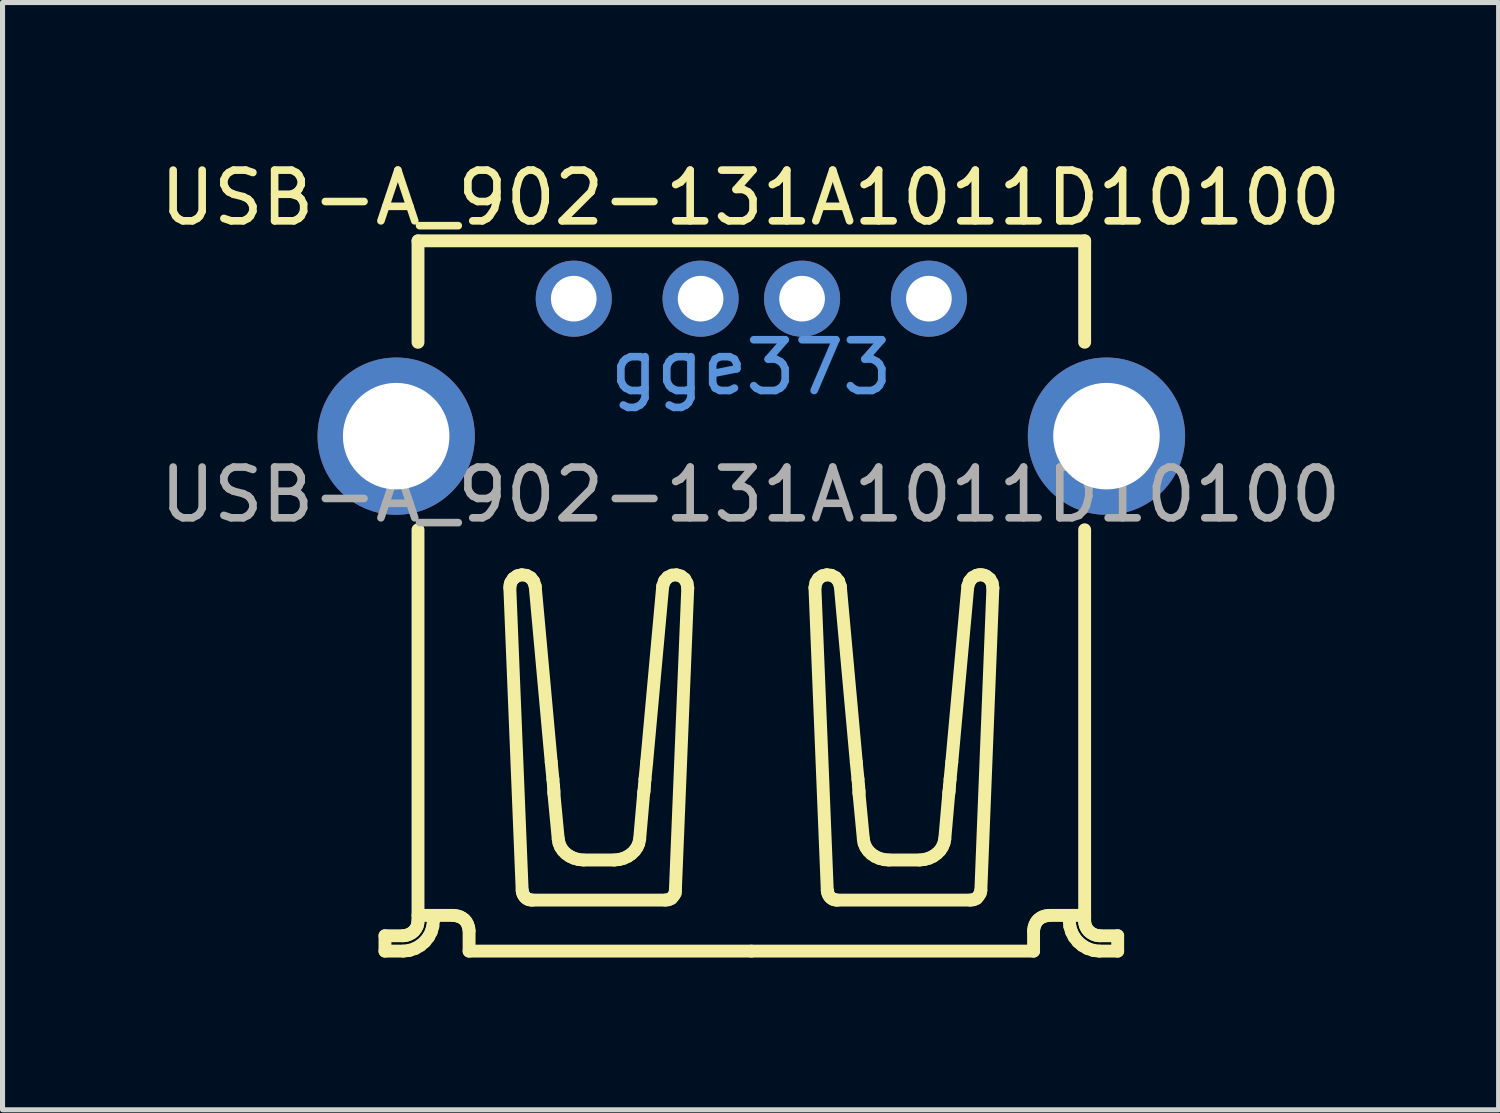
<source format=kicad_pcb>
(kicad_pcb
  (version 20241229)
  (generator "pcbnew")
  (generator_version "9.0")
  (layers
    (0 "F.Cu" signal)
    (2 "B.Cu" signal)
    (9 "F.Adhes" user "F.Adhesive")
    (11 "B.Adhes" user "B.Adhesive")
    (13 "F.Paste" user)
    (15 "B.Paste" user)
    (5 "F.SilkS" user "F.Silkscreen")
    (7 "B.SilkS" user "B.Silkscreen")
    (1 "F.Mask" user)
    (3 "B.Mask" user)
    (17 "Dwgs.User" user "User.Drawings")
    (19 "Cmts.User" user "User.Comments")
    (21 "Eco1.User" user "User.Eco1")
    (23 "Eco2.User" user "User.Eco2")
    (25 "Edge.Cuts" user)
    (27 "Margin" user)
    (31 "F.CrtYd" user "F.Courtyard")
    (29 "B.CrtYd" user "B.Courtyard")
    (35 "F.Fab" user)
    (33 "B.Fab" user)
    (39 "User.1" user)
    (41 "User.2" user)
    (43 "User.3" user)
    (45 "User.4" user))
  (footprint "USB-A_902-131A1011D10100"
    (layer "F.Cu")
    (at 11.744 4.201)
    (property "Reference" "USB-A_902-131A1011D10100" (at 0 -3.353 0) (unlocked yes) (layer "F.SilkS") (effects (font (size 1 1) (thickness 0.15))))
    (attr through_hole)
    (fp_line (start -7.206 11.193) (end -6.851 11.193) (stroke (width 0.254) (type solid)) (layer "F.SilkS"))
    (fp_line (start -7.206 11.496) (end -7.206 11.193) (stroke (width 0.254) (type solid)) (layer "F.SilkS"))
    (fp_line (start -6.851 11.496) (end -7.206 11.496) (stroke (width 0.254) (type solid)) (layer "F.SilkS"))
    (fp_line (start -6.784 11.184) (end -6.846 11.193) (stroke (width 0.254) (type solid)) (layer "F.SilkS"))
    (fp_line (start -6.73 11.165) (end -6.784 11.184) (stroke (width 0.254) (type solid)) (layer "F.SilkS"))
    (fp_line (start -6.726 11.482) (end -6.841 11.496) (stroke (width 0.254) (type solid)) (layer "F.SilkS"))
    (fp_line (start -6.677 11.136) (end -6.73 11.165) (stroke (width 0.254) (type solid)) (layer "F.SilkS"))
    (fp_line (start -6.635 11.1) (end -6.677 11.136) (stroke (width 0.254) (type solid)) (layer "F.SilkS"))
    (fp_line (start -6.609 11.443) (end -6.726 11.482) (stroke (width 0.254) (type solid)) (layer "F.SilkS"))
    (fp_line (start -6.598 11.053) (end -6.635 11.1) (stroke (width 0.254) (type solid)) (layer "F.SilkS"))
    (fp_line (start -6.571 11) (end -6.598 11.053) (stroke (width 0.254) (type solid)) (layer "F.SilkS"))
    (fp_line (start -6.558 10.945) (end -6.571 11) (stroke (width 0.254) (type solid)) (layer "F.SilkS"))
    (fp_line (start -6.555 -2.504) (end 6.585 -2.504) (stroke (width 0.254) (type solid)) (layer "F.SilkS"))
    (fp_line (start -6.555 -0.504) (end -6.555 -2.503) (stroke (width 0.254) (type solid)) (layer "F.SilkS"))
    (fp_line (start -6.555 10.792) (end -5.851 10.792) (stroke (width 0.254) (type solid)) (layer "F.SilkS"))
    (fp_line (start -6.555 10.891) (end -6.558 10.945) (stroke (width 0.254) (type solid)) (layer "F.SilkS"))
    (fp_line (start -6.555 10.891) (end -6.555 3.191) (stroke (width 0.254) (type solid)) (layer "F.SilkS"))
    (fp_line (start -6.505 11.382) (end -6.609 11.443) (stroke (width 0.254) (type solid)) (layer "F.SilkS"))
    (fp_line (start -6.421 11.31) (end -6.505 11.382) (stroke (width 0.254) (type solid)) (layer "F.SilkS"))
    (fp_line (start -6.347 11.216) (end -6.421 11.31) (stroke (width 0.254) (type solid)) (layer "F.SilkS"))
    (fp_line (start -6.295 11.116) (end -6.347 11.216) (stroke (width 0.254) (type solid)) (layer "F.SilkS"))
    (fp_line (start -6.263 11.007) (end -6.295 11.116) (stroke (width 0.254) (type solid)) (layer "F.SilkS"))
    (fp_line (start -6.252 10.792) (end -6.252 10.891) (stroke (width 0.254) (type solid)) (layer "F.SilkS"))
    (fp_line (start -6.252 10.891) (end -6.263 11.007) (stroke (width 0.254) (type solid)) (layer "F.SilkS"))
    (fp_line (start -5.851 10.792) (end -5.784 10.802) (stroke (width 0.254) (type solid)) (layer "F.SilkS"))
    (fp_line (start -5.784 10.802) (end -5.729 10.819) (stroke (width 0.254) (type solid)) (layer "F.SilkS"))
    (fp_line (start -5.729 10.819) (end -5.681 10.844) (stroke (width 0.254) (type solid)) (layer "F.SilkS"))
    (fp_line (start -5.681 10.844) (end -5.639 10.877) (stroke (width 0.254) (type solid)) (layer "F.SilkS"))
    (fp_line (start -5.639 10.877) (end -5.605 10.917) (stroke (width 0.254) (type solid)) (layer "F.SilkS"))
    (fp_line (start -5.605 10.917) (end -5.577 10.969) (stroke (width 0.254) (type solid)) (layer "F.SilkS"))
    (fp_line (start -5.577 10.969) (end -5.557 11.028) (stroke (width 0.254) (type solid)) (layer "F.SilkS"))
    (fp_line (start -5.557 11.028) (end -5.548 11.089) (stroke (width 0.254) (type solid)) (layer "F.SilkS"))
    (fp_line (start -5.548 11.496) (end -5.548 11.095) (stroke (width 0.254) (type solid)) (layer "F.SilkS"))
    (fp_line (start -5.548 11.496) (end 0.015 11.496) (stroke (width 0.254) (type solid)) (layer "F.SilkS"))
    (fp_line (start -4.745 4.338) (end -4.502 10.299) (stroke (width 0.254) (type solid)) (layer "F.SilkS"))
    (fp_line (start -4.739 4.275) (end -4.745 4.328) (stroke (width 0.254) (type solid)) (layer "F.SilkS"))
    (fp_line (start -4.725 4.228) (end -4.739 4.275) (stroke (width 0.254) (type solid)) (layer "F.SilkS"))
    (fp_line (start -4.675 4.152) (end -4.725 4.228) (stroke (width 0.254) (type solid)) (layer "F.SilkS"))
    (fp_line (start -4.599 4.099) (end -4.675 4.152) (stroke (width 0.254) (type solid)) (layer "F.SilkS"))
    (fp_line (start -4.509 4.078) (end -4.599 4.099) (stroke (width 0.254) (type solid)) (layer "F.SilkS"))
    (fp_line (start -4.502 10.299) (end -4.494 10.343) (stroke (width 0.254) (type solid)) (layer "F.SilkS"))
    (fp_line (start -4.494 10.343) (end -4.479 10.381) (stroke (width 0.254) (type solid)) (layer "F.SilkS"))
    (fp_line (start -4.479 10.381) (end -4.458 10.415) (stroke (width 0.254) (type solid)) (layer "F.SilkS"))
    (fp_line (start -4.458 10.415) (end -4.434 10.442) (stroke (width 0.254) (type solid)) (layer "F.SilkS"))
    (fp_line (start -4.434 10.442) (end -4.406 10.464) (stroke (width 0.254) (type solid)) (layer "F.SilkS"))
    (fp_line (start -4.417 4.09) (end -4.509 4.078) (stroke (width 0.254) (type solid)) (layer "F.SilkS"))
    (fp_line (start -4.406 10.464) (end -4.373 10.48) (stroke (width 0.254) (type solid)) (layer "F.SilkS"))
    (fp_line (start -4.373 10.48) (end -4.337 10.488) (stroke (width 0.254) (type solid)) (layer "F.SilkS"))
    (fp_line (start -4.337 10.488) (end -4.301 10.49) (stroke (width 0.254) (type solid)) (layer "F.SilkS"))
    (fp_line (start -4.334 4.136) (end -4.417 4.09) (stroke (width 0.254) (type solid)) (layer "F.SilkS"))
    (fp_line (start -4.298 10.49) (end -1.679 10.49) (stroke (width 0.254) (type solid)) (layer "F.SilkS"))
    (fp_line (start -4.276 4.209) (end -4.334 4.136) (stroke (width 0.254) (type solid)) (layer "F.SilkS"))
    (fp_line (start -4.245 4.305) (end -4.276 4.209) (stroke (width 0.254) (type solid)) (layer "F.SilkS"))
    (fp_line (start -3.929 7.772) (end -4.245 4.305) (stroke (width 0.254) (type solid)) (layer "F.SilkS"))
    (fp_line (start -3.929 7.772) (end -3.896 8.108) (stroke (width 0.254) (type solid)) (layer "F.SilkS"))
    (fp_line (start -3.896 8.108) (end -3.883 8.246) (stroke (width 0.254) (type solid)) (layer "F.SilkS"))
    (fp_line (start -3.877 8.338) (end -3.883 8.246) (stroke (width 0.254) (type solid)) (layer "F.SilkS"))
    (fp_line (start -3.877 8.384) (end -3.877 8.338) (stroke (width 0.254) (type solid)) (layer "F.SilkS"))
    (fp_line (start -3.791 9.286) (end -3.877 8.384) (stroke (width 0.254) (type solid)) (layer "F.SilkS"))
    (fp_line (start -3.791 9.286) (end -3.776 9.366) (stroke (width 0.254) (type solid)) (layer "F.SilkS"))
    (fp_line (start -3.776 9.366) (end -3.744 9.445) (stroke (width 0.254) (type solid)) (layer "F.SilkS"))
    (fp_line (start -3.744 9.445) (end -3.698 9.514) (stroke (width 0.254) (type solid)) (layer "F.SilkS"))
    (fp_line (start -3.698 9.514) (end -3.639 9.574) (stroke (width 0.254) (type solid)) (layer "F.SilkS"))
    (fp_line (start -3.639 9.574) (end -3.565 9.626) (stroke (width 0.254) (type solid)) (layer "F.SilkS"))
    (fp_line (start -3.565 9.626) (end -3.481 9.665) (stroke (width 0.254) (type solid)) (layer "F.SilkS"))
    (fp_line (start -3.481 9.665) (end -3.392 9.69) (stroke (width 0.254) (type solid)) (layer "F.SilkS"))
    (fp_line (start -3.392 9.69) (end -3.298 9.7) (stroke (width 0.254) (type solid)) (layer "F.SilkS"))
    (fp_line (start -2.686 9.7) (end -3.291 9.7) (stroke (width 0.254) (type solid)) (layer "F.SilkS"))
    (fp_line (start -2.686 9.7) (end -2.592 9.69) (stroke (width 0.254) (type solid)) (layer "F.SilkS"))
    (fp_line (start -2.592 9.69) (end -2.503 9.666) (stroke (width 0.254) (type solid)) (layer "F.SilkS"))
    (fp_line (start -2.503 9.666) (end -2.419 9.628) (stroke (width 0.254) (type solid)) (layer "F.SilkS"))
    (fp_line (start -2.419 9.628) (end -2.35 9.581) (stroke (width 0.254) (type solid)) (layer "F.SilkS"))
    (fp_line (start -2.35 9.581) (end -2.286 9.518) (stroke (width 0.254) (type solid)) (layer "F.SilkS"))
    (fp_line (start -2.286 9.518) (end -2.238 9.45) (stroke (width 0.254) (type solid)) (layer "F.SilkS"))
    (fp_line (start -2.238 9.45) (end -2.206 9.379) (stroke (width 0.254) (type solid)) (layer "F.SilkS"))
    (fp_line (start -2.206 9.379) (end -2.186 9.293) (stroke (width 0.254) (type solid)) (layer "F.SilkS"))
    (fp_line (start -2.107 8.384) (end -2.186 9.286) (stroke (width 0.254) (type solid)) (layer "F.SilkS"))
    (fp_line (start -2.107 8.384) (end -2.1 8.338) (stroke (width 0.254) (type solid)) (layer "F.SilkS"))
    (fp_line (start -2.1 8.338) (end -2.093 8.246) (stroke (width 0.254) (type solid)) (layer "F.SilkS"))
    (fp_line (start -2.081 8.108) (end -2.093 8.246) (stroke (width 0.254) (type solid)) (layer "F.SilkS"))
    (fp_line (start -2.048 7.772) (end -2.081 8.108) (stroke (width 0.254) (type solid)) (layer "F.SilkS"))
    (fp_line (start -2.048 7.772) (end -1.732 4.305) (stroke (width 0.254) (type solid)) (layer "F.SilkS"))
    (fp_line (start -1.694 4.196) (end -1.73 4.295) (stroke (width 0.254) (type solid)) (layer "F.SilkS"))
    (fp_line (start -1.679 10.49) (end -1.62 10.483) (stroke (width 0.254) (type solid)) (layer "F.SilkS"))
    (fp_line (start -1.633 4.127) (end -1.694 4.196) (stroke (width 0.254) (type solid)) (layer "F.SilkS"))
    (fp_line (start -1.62 10.483) (end -1.561 10.457) (stroke (width 0.254) (type solid)) (layer "F.SilkS"))
    (fp_line (start -1.561 10.457) (end -1.521 10.41) (stroke (width 0.254) (type solid)) (layer "F.SilkS"))
    (fp_line (start -1.55 4.086) (end -1.633 4.127) (stroke (width 0.254) (type solid)) (layer "F.SilkS"))
    (fp_line (start -1.521 10.41) (end -1.488 10.358) (stroke (width 0.254) (type solid)) (layer "F.SilkS"))
    (fp_line (start -1.488 10.358) (end -1.482 10.299) (stroke (width 0.254) (type solid)) (layer "F.SilkS"))
    (fp_line (start -1.482 10.299) (end -1.238 4.338) (stroke (width 0.254) (type solid)) (layer "F.SilkS"))
    (fp_line (start -1.46 4.079) (end -1.55 4.086) (stroke (width 0.254) (type solid)) (layer "F.SilkS"))
    (fp_line (start -1.372 4.104) (end -1.46 4.079) (stroke (width 0.254) (type solid)) (layer "F.SilkS"))
    (fp_line (start -1.299 4.161) (end -1.372 4.104) (stroke (width 0.254) (type solid)) (layer "F.SilkS"))
    (fp_line (start -1.254 4.242) (end -1.299 4.161) (stroke (width 0.254) (type solid)) (layer "F.SilkS"))
    (fp_line (start -1.238 4.338) (end -1.254 4.242) (stroke (width 0.254) (type solid)) (layer "F.SilkS"))
    (fp_line (start 1.289 4.232) (end 1.269 4.328) (stroke (width 0.254) (type solid)) (layer "F.SilkS"))
    (fp_line (start 1.338 4.154) (end 1.289 4.232) (stroke (width 0.254) (type solid)) (layer "F.SilkS"))
    (fp_line (start 1.414 4.099) (end 1.338 4.154) (stroke (width 0.254) (type solid)) (layer "F.SilkS"))
    (fp_line (start 1.503 4.078) (end 1.414 4.099) (stroke (width 0.254) (type solid)) (layer "F.SilkS"))
    (fp_line (start 1.512 10.299) (end 1.269 4.338) (stroke (width 0.254) (type solid)) (layer "F.SilkS"))
    (fp_line (start 1.512 10.299) (end 1.519 10.34) (stroke (width 0.254) (type solid)) (layer "F.SilkS"))
    (fp_line (start 1.519 10.34) (end 1.533 10.378) (stroke (width 0.254) (type solid)) (layer "F.SilkS"))
    (fp_line (start 1.533 10.378) (end 1.553 10.413) (stroke (width 0.254) (type solid)) (layer "F.SilkS"))
    (fp_line (start 1.553 10.413) (end 1.579 10.442) (stroke (width 0.254) (type solid)) (layer "F.SilkS"))
    (fp_line (start 1.579 10.442) (end 1.608 10.464) (stroke (width 0.254) (type solid)) (layer "F.SilkS"))
    (fp_line (start 1.594 4.089) (end 1.503 4.078) (stroke (width 0.254) (type solid)) (layer "F.SilkS"))
    (fp_line (start 1.608 10.464) (end 1.64 10.48) (stroke (width 0.254) (type solid)) (layer "F.SilkS"))
    (fp_line (start 1.64 10.48) (end 1.676 10.488) (stroke (width 0.254) (type solid)) (layer "F.SilkS"))
    (fp_line (start 1.676 4.133) (end 1.594 4.089) (stroke (width 0.254) (type solid)) (layer "F.SilkS"))
    (fp_line (start 1.676 10.488) (end 1.712 10.49) (stroke (width 0.254) (type solid)) (layer "F.SilkS"))
    (fp_line (start 1.735 4.204) (end 1.676 4.133) (stroke (width 0.254) (type solid)) (layer "F.SilkS"))
    (fp_line (start 1.769 4.305) (end 1.735 4.204) (stroke (width 0.254) (type solid)) (layer "F.SilkS"))
    (fp_line (start 2.084 7.772) (end 1.769 4.305) (stroke (width 0.254) (type solid)) (layer "F.SilkS"))
    (fp_line (start 2.084 7.772) (end 2.117 8.108) (stroke (width 0.254) (type solid)) (layer "F.SilkS"))
    (fp_line (start 2.117 8.108) (end 2.13 8.246) (stroke (width 0.254) (type solid)) (layer "F.SilkS"))
    (fp_line (start 2.137 8.338) (end 2.13 8.246) (stroke (width 0.254) (type solid)) (layer "F.SilkS"))
    (fp_line (start 2.137 8.384) (end 2.137 8.338) (stroke (width 0.254) (type solid)) (layer "F.SilkS"))
    (fp_line (start 2.137 8.384) (end 2.223 9.286) (stroke (width 0.254) (type solid)) (layer "F.SilkS"))
    (fp_line (start 2.239 9.373) (end 2.223 9.293) (stroke (width 0.254) (type solid)) (layer "F.SilkS"))
    (fp_line (start 2.273 9.451) (end 2.239 9.373) (stroke (width 0.254) (type solid)) (layer "F.SilkS"))
    (fp_line (start 2.32 9.52) (end 2.273 9.451) (stroke (width 0.254) (type solid)) (layer "F.SilkS"))
    (fp_line (start 2.38 9.579) (end 2.32 9.52) (stroke (width 0.254) (type solid)) (layer "F.SilkS"))
    (fp_line (start 2.455 9.63) (end 2.38 9.579) (stroke (width 0.254) (type solid)) (layer "F.SilkS"))
    (fp_line (start 2.539 9.668) (end 2.455 9.63) (stroke (width 0.254) (type solid)) (layer "F.SilkS"))
    (fp_line (start 2.636 9.693) (end 2.539 9.668) (stroke (width 0.254) (type solid)) (layer "F.SilkS"))
    (fp_line (start 2.722 9.7) (end 2.636 9.693) (stroke (width 0.254) (type solid)) (layer "F.SilkS"))
    (fp_line (start 2.723 9.7) (end 3.328 9.7) (stroke (width 0.254) (type solid)) (layer "F.SilkS"))
    (fp_line (start 3.428 9.689) (end 3.335 9.7) (stroke (width 0.254) (type solid)) (layer "F.SilkS"))
    (fp_line (start 3.518 9.664) (end 3.428 9.689) (stroke (width 0.254) (type solid)) (layer "F.SilkS"))
    (fp_line (start 3.601 9.625) (end 3.518 9.664) (stroke (width 0.254) (type solid)) (layer "F.SilkS"))
    (fp_line (start 3.674 9.572) (end 3.601 9.625) (stroke (width 0.254) (type solid)) (layer "F.SilkS"))
    (fp_line (start 3.733 9.513) (end 3.674 9.572) (stroke (width 0.254) (type solid)) (layer "F.SilkS"))
    (fp_line (start 3.779 9.444) (end 3.733 9.513) (stroke (width 0.254) (type solid)) (layer "F.SilkS"))
    (fp_line (start 3.812 9.365) (end 3.779 9.444) (stroke (width 0.254) (type solid)) (layer "F.SilkS"))
    (fp_line (start 3.828 9.286) (end 3.812 9.365) (stroke (width 0.254) (type solid)) (layer "F.SilkS"))
    (fp_line (start 3.907 8.384) (end 3.828 9.286) (stroke (width 0.254) (type solid)) (layer "F.SilkS"))
    (fp_line (start 3.907 8.384) (end 3.913 8.338) (stroke (width 0.254) (type solid)) (layer "F.SilkS"))
    (fp_line (start 3.913 8.338) (end 3.92 8.246) (stroke (width 0.254) (type solid)) (layer "F.SilkS"))
    (fp_line (start 3.933 8.108) (end 3.92 8.246) (stroke (width 0.254) (type solid)) (layer "F.SilkS"))
    (fp_line (start 3.966 7.772) (end 3.933 8.108) (stroke (width 0.254) (type solid)) (layer "F.SilkS"))
    (fp_line (start 3.966 7.772) (end 4.282 4.305) (stroke (width 0.254) (type solid)) (layer "F.SilkS"))
    (fp_line (start 4.317 4.203) (end 4.284 4.295) (stroke (width 0.254) (type solid)) (layer "F.SilkS"))
    (fp_line (start 4.334 10.49) (end 1.716 10.49) (stroke (width 0.254) (type solid)) (layer "F.SilkS"))
    (fp_line (start 4.334 10.49) (end 4.394 10.483) (stroke (width 0.254) (type solid)) (layer "F.SilkS"))
    (fp_line (start 4.376 4.132) (end 4.317 4.203) (stroke (width 0.254) (type solid)) (layer "F.SilkS"))
    (fp_line (start 4.394 10.483) (end 4.453 10.457) (stroke (width 0.254) (type solid)) (layer "F.SilkS"))
    (fp_line (start 4.452 4.09) (end 4.376 4.132) (stroke (width 0.254) (type solid)) (layer "F.SilkS"))
    (fp_line (start 4.453 10.457) (end 4.492 10.41) (stroke (width 0.254) (type solid)) (layer "F.SilkS"))
    (fp_line (start 4.492 10.41) (end 4.525 10.358) (stroke (width 0.254) (type solid)) (layer "F.SilkS"))
    (fp_line (start 4.5 4.079) (end 4.452 4.09) (stroke (width 0.254) (type solid)) (layer "F.SilkS"))
    (fp_line (start 4.525 10.358) (end 4.539 10.299) (stroke (width 0.254) (type solid)) (layer "F.SilkS"))
    (fp_line (start 4.549 4.078) (end 4.5 4.079) (stroke (width 0.254) (type solid)) (layer "F.SilkS"))
    (fp_line (start 4.598 4.086) (end 4.549 4.078) (stroke (width 0.254) (type solid)) (layer "F.SilkS"))
    (fp_line (start 4.644 4.104) (end 4.598 4.086) (stroke (width 0.254) (type solid)) (layer "F.SilkS"))
    (fp_line (start 4.716 4.161) (end 4.644 4.104) (stroke (width 0.254) (type solid)) (layer "F.SilkS"))
    (fp_line (start 4.761 4.241) (end 4.716 4.161) (stroke (width 0.254) (type solid)) (layer "F.SilkS"))
    (fp_line (start 4.776 4.338) (end 4.539 10.299) (stroke (width 0.254) (type solid)) (layer "F.SilkS"))
    (fp_line (start 4.776 4.338) (end 4.761 4.241) (stroke (width 0.254) (type solid)) (layer "F.SilkS"))
    (fp_line (start 5.578 11.496) (end 0.015 11.496) (stroke (width 0.254) (type solid)) (layer "F.SilkS"))
    (fp_line (start 5.578 11.496) (end 5.578 11.095) (stroke (width 0.254) (type solid)) (layer "F.SilkS"))
    (fp_line (start 5.589 11.023) (end 5.578 11.089) (stroke (width 0.254) (type solid)) (layer "F.SilkS"))
    (fp_line (start 5.607 10.969) (end 5.589 11.023) (stroke (width 0.254) (type solid)) (layer "F.SilkS"))
    (fp_line (start 5.635 10.917) (end 5.607 10.969) (stroke (width 0.254) (type solid)) (layer "F.SilkS"))
    (fp_line (start 5.669 10.877) (end 5.635 10.917) (stroke (width 0.254) (type solid)) (layer "F.SilkS"))
    (fp_line (start 5.715 10.842) (end 5.669 10.877) (stroke (width 0.254) (type solid)) (layer "F.SilkS"))
    (fp_line (start 5.759 10.819) (end 5.715 10.842) (stroke (width 0.254) (type solid)) (layer "F.SilkS"))
    (fp_line (start 5.814 10.802) (end 5.759 10.819) (stroke (width 0.254) (type solid)) (layer "F.SilkS"))
    (fp_line (start 5.881 10.792) (end 5.814 10.802) (stroke (width 0.254) (type solid)) (layer "F.SilkS"))
    (fp_line (start 6.282 10.792) (end 6.282 10.891) (stroke (width 0.254) (type solid)) (layer "F.SilkS"))
    (fp_line (start 6.282 10.891) (end 6.293 11.007) (stroke (width 0.254) (type solid)) (layer "F.SilkS"))
    (fp_line (start 6.293 11.007) (end 6.326 11.116) (stroke (width 0.254) (type solid)) (layer "F.SilkS"))
    (fp_line (start 6.326 11.116) (end 6.377 11.216) (stroke (width 0.254) (type solid)) (layer "F.SilkS"))
    (fp_line (start 6.377 11.216) (end 6.451 11.31) (stroke (width 0.254) (type solid)) (layer "F.SilkS"))
    (fp_line (start 6.451 11.31) (end 6.535 11.382) (stroke (width 0.254) (type solid)) (layer "F.SilkS"))
    (fp_line (start 6.535 11.382) (end 6.639 11.443) (stroke (width 0.254) (type solid)) (layer "F.SilkS"))
    (fp_line (start 6.585 -0.505) (end 6.585 -2.504) (stroke (width 0.254) (type solid)) (layer "F.SilkS"))
    (fp_line (start 6.585 10.792) (end 5.881 10.792) (stroke (width 0.254) (type solid)) (layer "F.SilkS"))
    (fp_line (start 6.585 10.891) (end 6.585 3.191) (stroke (width 0.254) (type solid)) (layer "F.SilkS"))
    (fp_line (start 6.585 10.891) (end 6.588 10.95) (stroke (width 0.254) (type solid)) (layer "F.SilkS"))
    (fp_line (start 6.588 10.95) (end 6.602 11) (stroke (width 0.254) (type solid)) (layer "F.SilkS"))
    (fp_line (start 6.602 11) (end 6.628 11.053) (stroke (width 0.254) (type solid)) (layer "F.SilkS"))
    (fp_line (start 6.628 11.053) (end 6.665 11.1) (stroke (width 0.254) (type solid)) (layer "F.SilkS"))
    (fp_line (start 6.639 11.443) (end 6.756 11.482) (stroke (width 0.254) (type solid)) (layer "F.SilkS"))
    (fp_line (start 6.665 11.1) (end 6.708 11.136) (stroke (width 0.254) (type solid)) (layer "F.SilkS"))
    (fp_line (start 6.708 11.136) (end 6.76 11.165) (stroke (width 0.254) (type solid)) (layer "F.SilkS"))
    (fp_line (start 6.756 11.482) (end 6.871 11.496) (stroke (width 0.254) (type solid)) (layer "F.SilkS"))
    (fp_line (start 6.76 11.165) (end 6.814 11.184) (stroke (width 0.254) (type solid)) (layer "F.SilkS"))
    (fp_line (start 6.814 11.184) (end 6.876 11.193) (stroke (width 0.254) (type solid)) (layer "F.SilkS"))
    (fp_line (start 6.881 11.496) (end 7.236 11.496) (stroke (width 0.254) (type solid)) (layer "F.SilkS"))
    (fp_line (start 7.236 11.193) (end 6.881 11.193) (stroke (width 0.254) (type solid)) (layer "F.SilkS"))
    (fp_line (start 7.236 11.496) (end 7.236 11.193) (stroke (width 0.254) (type solid)) (layer "F.SilkS"))
    (fp_text user "gge373" (at 0.015 -0.009 0) (layer "Cmts.User") (effects (font (size 1 1) (thickness 0.15))))
    (fp_text user "${REFERENCE}" (at 0 2.5 0) (unlocked yes) (layer "F.Fab") (effects (font (size 1 1) (thickness 0.15))))
    (pad "1" thru_hole circle (at -3.485 -1.364) (size 1.5 1.5) (drill 0.9) (layers "*.Cu" "*.Paste" "*.Mask"))
    (pad "2" thru_hole circle (at -0.985 -1.364 180) (size 1.5 1.5) (drill 0.9) (layers "*.Cu" "*.Paste" "*.Mask"))
    (pad "3" thru_hole circle (at 1.015 -1.364) (size 1.5 1.5) (drill 0.9) (layers "*.Cu" "*.Paste" "*.Mask"))
    (pad "4" thru_hole circle (at 3.515 -1.364) (size 1.5 1.5) (drill 0.9) (layers "*.Cu" "*.Paste" "*.Mask"))
    (pad "5" thru_hole circle (at -6.985 1.346) (size 3.1 3.1) (drill 2.1) (layers "*.Cu" "*.Paste" "*.Mask"))
    (pad "5" thru_hole circle (at 7.015 1.346) (size 3.1 3.1) (drill 2.1) (layers "*.Cu" "*.Paste" "*.Mask")))
  (gr_rect
    (start -3 -3)
    (end 26.488 18.824)
    (stroke (width 0.1) (type default))
    (fill no)
    (layer "Edge.Cuts")))
</source>
